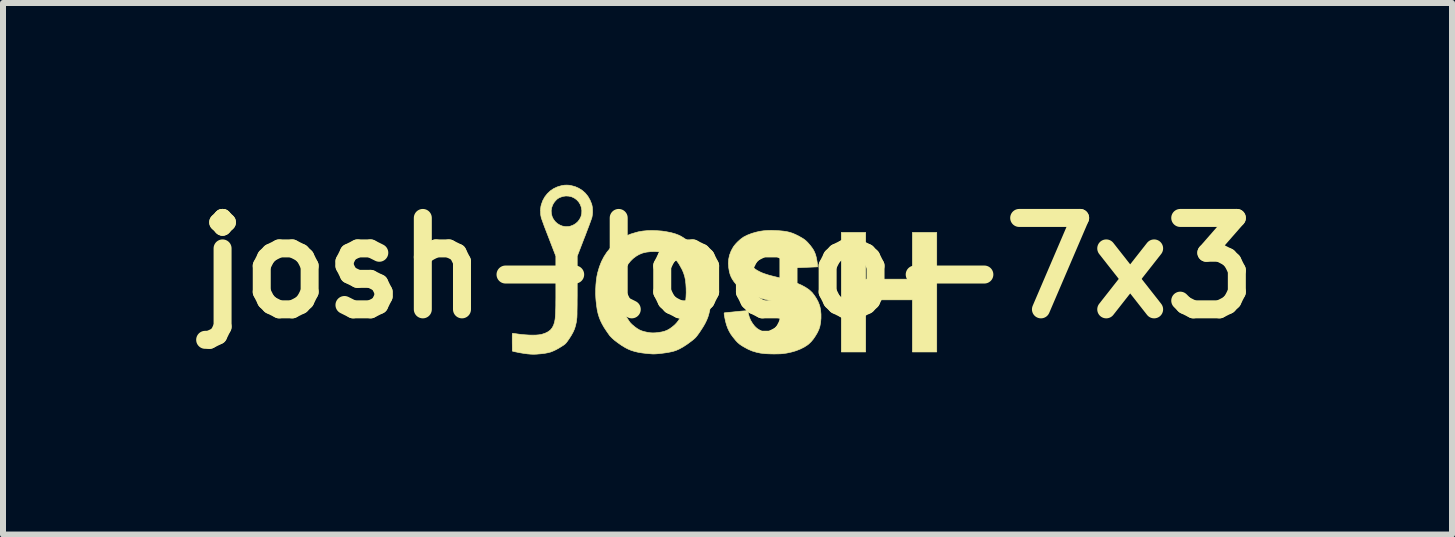
<source format=kicad_pcb>
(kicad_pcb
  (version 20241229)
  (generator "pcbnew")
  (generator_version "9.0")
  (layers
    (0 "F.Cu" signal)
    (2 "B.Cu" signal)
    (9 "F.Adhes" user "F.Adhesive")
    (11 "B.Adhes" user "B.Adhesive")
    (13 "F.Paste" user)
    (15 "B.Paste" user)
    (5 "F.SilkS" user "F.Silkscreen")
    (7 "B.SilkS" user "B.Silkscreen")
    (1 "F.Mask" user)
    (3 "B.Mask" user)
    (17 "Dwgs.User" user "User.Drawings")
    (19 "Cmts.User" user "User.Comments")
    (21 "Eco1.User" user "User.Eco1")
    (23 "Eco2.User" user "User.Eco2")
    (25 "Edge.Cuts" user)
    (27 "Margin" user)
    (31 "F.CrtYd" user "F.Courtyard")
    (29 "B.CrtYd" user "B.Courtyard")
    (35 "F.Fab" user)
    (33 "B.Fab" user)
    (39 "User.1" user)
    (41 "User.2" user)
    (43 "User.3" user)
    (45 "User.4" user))
  (footprint "josh-logo-7x3"
    (layer "F.Cu")
    (at 9.079 1.418)
    (property "Reference" "josh-logo-7x3" (at 0 0 0) (layer "F.SilkS") (effects (font (size 1.524 1.524) (thickness 0.3))))
    (attr through_hole)
    (fp_poly (pts (xy 2.303 0.186) (xy 3.082 0.186) (xy 3.082 -0.593) (xy 3.488 -0.593) (xy 3.488 1.4) (xy 3.082 1.4) (xy 3.082 0.531) (xy 2.303 0.531) (xy 2.303 1.4) (xy 1.897 1.4) (xy 1.897 -0.593) (xy 2.303 -0.593) (xy 2.303 0.186)) (stroke (width 0.01) (type solid)) (fill yes) (layer "F.SilkS"))
    (fp_poly (pts (xy -2.641 -1.38) (xy -2.611 -1.375) (xy -2.542 -1.357) (xy -2.479 -1.329) (xy -2.422 -1.293) (xy -2.371 -1.248) (xy -2.328 -1.195) (xy -2.293 -1.134) (xy -2.266 -1.068) (xy -2.261 -1.05) (xy -2.254 -1.015) (xy -2.251 -0.973) (xy -2.25 -0.928) (xy -2.254 -0.885) (xy -2.26 -0.847) (xy -2.26 -0.847) (xy -2.264 -0.834) (xy -2.272 -0.811) (xy -2.283 -0.78) (xy -2.297 -0.742) (xy -2.313 -0.698) (xy -2.332 -0.649) (xy -2.352 -0.596) (xy -2.373 -0.54) (xy -2.389 -0.5) (xy -2.506 -0.197) (xy -2.506 0.287) (xy -2.506 0.378) (xy -2.506 0.462) (xy -2.507 0.539) (xy -2.507 0.609) (xy -2.508 0.671) (xy -2.509 0.724) (xy -2.509 0.767) (xy -2.51 0.801) (xy -2.511 0.825) (xy -2.512 0.833) (xy -2.52 0.898) (xy -2.533 0.956) (xy -2.549 1.011) (xy -2.572 1.064) (xy -2.602 1.119) (xy -2.639 1.177) (xy -2.652 1.196) (xy -2.671 1.223) (xy -2.686 1.243) (xy -2.699 1.258) (xy -2.713 1.271) (xy -2.729 1.283) (xy -2.75 1.297) (xy -2.752 1.298) (xy -2.808 1.333) (xy -2.858 1.361) (xy -2.905 1.383) (xy -2.95 1.401) (xy -2.998 1.413) (xy -3.05 1.423) (xy -3.108 1.43) (xy -3.147 1.433) (xy -3.179 1.436) (xy -3.203 1.437) (xy -3.223 1.438) (xy -3.242 1.438) (xy -3.262 1.437) (xy -3.287 1.436) (xy -3.319 1.433) (xy -3.325 1.433) (xy -3.355 1.429) (xy -3.393 1.424) (xy -3.435 1.417) (xy -3.478 1.41) (xy -3.519 1.401) (xy -3.554 1.394) (xy -3.57 1.39) (xy -3.587 1.385) (xy -3.589 1.237) (xy -3.589 1.191) (xy -3.589 1.154) (xy -3.589 1.127) (xy -3.588 1.108) (xy -3.586 1.096) (xy -3.585 1.091) (xy -3.583 1.089) (xy -3.575 1.09) (xy -3.558 1.092) (xy -3.535 1.095) (xy -3.507 1.099) (xy -3.5 1.1) (xy -3.434 1.109) (xy -3.369 1.114) (xy -3.306 1.118) (xy -3.247 1.119) (xy -3.192 1.118) (xy -3.145 1.114) (xy -3.107 1.108) (xy -3.098 1.106) (xy -3.04 1.087) (xy -2.992 1.063) (xy -2.952 1.033) (xy -2.922 0.996) (xy -2.899 0.951) (xy -2.883 0.9) (xy -2.88 0.882) (xy -2.876 0.862) (xy -2.873 0.84) (xy -2.871 0.816) (xy -2.869 0.787) (xy -2.867 0.755) (xy -2.866 0.717) (xy -2.864 0.673) (xy -2.863 0.623) (xy -2.863 0.565) (xy -2.862 0.499) (xy -2.862 0.424) (xy -2.862 0.339) (xy -2.862 0.256) (xy -2.862 -0.197) (xy -2.978 -0.498) (xy -3 -0.555) (xy -3.021 -0.609) (xy -3.041 -0.661) (xy -3.059 -0.708) (xy -3.074 -0.75) (xy -3.087 -0.786) (xy -3.097 -0.814) (xy -3.104 -0.834) (xy -3.106 -0.841) (xy -3.114 -0.882) (xy -3.117 -0.929) (xy -3.117 -0.956) (xy -2.94 -0.956) (xy -2.937 -0.907) (xy -2.925 -0.859) (xy -2.904 -0.815) (xy -2.875 -0.776) (xy -2.839 -0.742) (xy -2.795 -0.716) (xy -2.753 -0.699) (xy -2.701 -0.69) (xy -2.648 -0.692) (xy -2.625 -0.696) (xy -2.576 -0.714) (xy -2.532 -0.74) (xy -2.495 -0.773) (xy -2.465 -0.813) (xy -2.443 -0.858) (xy -2.431 -0.906) (xy -2.429 -0.957) (xy -2.429 -0.959) (xy -2.438 -1.013) (xy -2.456 -1.061) (xy -2.482 -1.103) (xy -2.515 -1.138) (xy -2.554 -1.166) (xy -2.598 -1.187) (xy -2.645 -1.198) (xy -2.694 -1.201) (xy -2.745 -1.194) (xy -2.796 -1.176) (xy -2.805 -1.172) (xy -2.836 -1.153) (xy -2.866 -1.124) (xy -2.893 -1.091) (xy -2.914 -1.055) (xy -2.932 -1.006) (xy -2.94 -0.956) (xy -3.117 -0.956) (xy -3.117 -0.977) (xy -3.112 -1.023) (xy -3.105 -1.054) (xy -3.081 -1.122) (xy -3.047 -1.184) (xy -3.005 -1.238) (xy -2.956 -1.285) (xy -2.9 -1.323) (xy -2.838 -1.352) (xy -2.771 -1.372) (xy -2.757 -1.375) (xy -2.716 -1.381) (xy -2.679 -1.382) (xy -2.641 -1.38)) (stroke (width 0.01) (type solid)) (fill yes) (layer "F.SilkS"))
    (fp_poly (pts (xy -1.174 -0.622) (xy -1.093 -0.616) (xy -1.015 -0.604) (xy -0.94 -0.589) (xy -0.872 -0.57) (xy -0.812 -0.547) (xy -0.793 -0.538) (xy -0.764 -0.522) (xy -0.729 -0.5) (xy -0.69 -0.474) (xy -0.649 -0.445) (xy -0.609 -0.415) (xy -0.595 -0.405) (xy -0.567 -0.383) (xy -0.546 -0.363) (xy -0.527 -0.344) (xy -0.509 -0.321) (xy -0.487 -0.292) (xy -0.486 -0.291) (xy -0.433 -0.214) (xy -0.389 -0.142) (xy -0.355 -0.076) (xy -0.329 -0.015) (xy -0.325 -0.003) (xy -0.308 0.058) (xy -0.294 0.128) (xy -0.282 0.204) (xy -0.275 0.284) (xy -0.27 0.366) (xy -0.27 0.448) (xy -0.274 0.526) (xy -0.276 0.556) (xy -0.285 0.633) (xy -0.296 0.7) (xy -0.31 0.761) (xy -0.327 0.818) (xy -0.349 0.872) (xy -0.376 0.927) (xy -0.409 0.984) (xy -0.439 1.03) (xy -0.465 1.07) (xy -0.488 1.102) (xy -0.507 1.128) (xy -0.525 1.15) (xy -0.543 1.169) (xy -0.563 1.187) (xy -0.586 1.206) (xy -0.599 1.216) (xy -0.672 1.27) (xy -0.739 1.314) (xy -0.802 1.349) (xy -0.861 1.375) (xy -0.902 1.388) (xy -0.939 1.397) (xy -0.984 1.406) (xy -1.034 1.414) (xy -1.086 1.421) (xy -1.137 1.427) (xy -1.184 1.431) (xy -1.225 1.433) (xy -1.245 1.433) (xy -1.261 1.432) (xy -1.286 1.43) (xy -1.315 1.428) (xy -1.346 1.425) (xy -1.348 1.425) (xy -1.423 1.416) (xy -1.49 1.405) (xy -1.549 1.391) (xy -1.604 1.374) (xy -1.655 1.353) (xy -1.706 1.327) (xy -1.758 1.295) (xy -1.767 1.29) (xy -1.828 1.247) (xy -1.881 1.207) (xy -1.924 1.169) (xy -1.958 1.134) (xy -1.97 1.119) (xy -2.017 1.052) (xy -2.058 0.99) (xy -2.091 0.932) (xy -2.119 0.875) (xy -2.141 0.818) (xy -2.159 0.758) (xy -2.173 0.695) (xy -2.183 0.625) (xy -2.192 0.547) (xy -2.196 0.495) (xy -2.199 0.425) (xy -2.198 0.392) (xy -1.779 0.392) (xy -1.778 0.467) (xy -1.774 0.534) (xy -1.767 0.593) (xy -1.756 0.646) (xy -1.741 0.697) (xy -1.722 0.746) (xy -1.697 0.795) (xy -1.667 0.847) (xy -1.666 0.847) (xy -1.642 0.884) (xy -1.621 0.913) (xy -1.599 0.935) (xy -1.59 0.944) (xy -1.547 0.98) (xy -1.507 1.009) (xy -1.468 1.032) (xy -1.428 1.049) (xy -1.383 1.062) (xy -1.333 1.073) (xy -1.284 1.08) (xy -1.248 1.082) (xy -1.207 1.081) (xy -1.159 1.076) (xy -1.151 1.075) (xy -1.096 1.066) (xy -1.049 1.054) (xy -1.006 1.037) (xy -0.965 1.014) (xy -0.923 0.984) (xy -0.878 0.946) (xy -0.877 0.945) (xy -0.847 0.913) (xy -0.816 0.873) (xy -0.787 0.826) (xy -0.76 0.775) (xy -0.737 0.722) (xy -0.719 0.671) (xy -0.714 0.654) (xy -0.704 0.604) (xy -0.697 0.545) (xy -0.692 0.48) (xy -0.689 0.411) (xy -0.69 0.341) (xy -0.694 0.272) (xy -0.695 0.262) (xy -0.702 0.199) (xy -0.714 0.142) (xy -0.731 0.088) (xy -0.753 0.034) (xy -0.784 -0.023) (xy -0.797 -0.046) (xy -0.814 -0.075) (xy -0.829 -0.096) (xy -0.842 -0.114) (xy -0.858 -0.129) (xy -0.877 -0.146) (xy -0.891 -0.159) (xy -0.94 -0.195) (xy -0.989 -0.224) (xy -1.037 -0.246) (xy -1.069 -0.257) (xy -1.136 -0.269) (xy -1.207 -0.275) (xy -1.28 -0.273) (xy -1.35 -0.265) (xy -1.415 -0.25) (xy -1.422 -0.247) (xy -1.474 -0.226) (xy -1.525 -0.196) (xy -1.574 -0.159) (xy -1.617 -0.117) (xy -1.652 -0.073) (xy -1.659 -0.063) (xy -1.692 -0.008) (xy -1.718 0.044) (xy -1.739 0.095) (xy -1.755 0.147) (xy -1.766 0.202) (xy -1.774 0.261) (xy -1.778 0.328) (xy -1.779 0.392) (xy -2.198 0.392) (xy -2.198 0.351) (xy -2.194 0.276) (xy -2.187 0.203) (xy -2.177 0.135) (xy -2.164 0.076) (xy -2.136 -0.019) (xy -2.102 -0.106) (xy -2.061 -0.186) (xy -2.013 -0.26) (xy -1.957 -0.329) (xy -1.92 -0.369) (xy -1.853 -0.431) (xy -1.78 -0.484) (xy -1.702 -0.529) (xy -1.617 -0.565) (xy -1.525 -0.593) (xy -1.482 -0.604) (xy -1.411 -0.616) (xy -1.335 -0.623) (xy -1.255 -0.625) (xy -1.174 -0.622)) (stroke (width 0.01) (type solid)) (fill yes) (layer "F.SilkS"))
    (fp_poly (pts (xy 0.809 -0.624) (xy 0.865 -0.621) (xy 0.929 -0.615) (xy 0.984 -0.607) (xy 1.036 -0.595) (xy 1.085 -0.579) (xy 1.134 -0.558) (xy 1.187 -0.532) (xy 1.246 -0.498) (xy 1.247 -0.498) (xy 1.277 -0.478) (xy 1.303 -0.458) (xy 1.328 -0.434) (xy 1.343 -0.418) (xy 1.381 -0.374) (xy 1.411 -0.334) (xy 1.435 -0.297) (xy 1.453 -0.26) (xy 1.468 -0.221) (xy 1.473 -0.202) (xy 1.479 -0.179) (xy 1.485 -0.149) (xy 1.491 -0.117) (xy 1.496 -0.085) (xy 1.5 -0.057) (xy 1.501 -0.036) (xy 1.501 -0.033) (xy 1.501 -0.019) (xy 1.305 -0.011) (xy 1.259 -0.009) (xy 1.217 -0.007) (xy 1.179 -0.006) (xy 1.148 -0.005) (xy 1.124 -0.004) (xy 1.109 -0.003) (xy 1.104 -0.003) (xy 1.1 -0.008) (xy 1.095 -0.022) (xy 1.089 -0.041) (xy 1.086 -0.051) (xy 1.077 -0.084) (xy 1.069 -0.11) (xy 1.059 -0.131) (xy 1.046 -0.152) (xy 1.031 -0.173) (xy 1.007 -0.202) (xy 0.981 -0.225) (xy 0.95 -0.244) (xy 0.918 -0.259) (xy 0.884 -0.271) (xy 0.85 -0.28) (xy 0.812 -0.285) (xy 0.769 -0.287) (xy 0.717 -0.287) (xy 0.708 -0.286) (xy 0.664 -0.284) (xy 0.627 -0.28) (xy 0.596 -0.275) (xy 0.566 -0.266) (xy 0.536 -0.255) (xy 0.511 -0.243) (xy 0.469 -0.219) (xy 0.437 -0.192) (xy 0.415 -0.161) (xy 0.404 -0.126) (xy 0.403 -0.087) (xy 0.406 -0.065) (xy 0.417 -0.033) (xy 0.436 -0.005) (xy 0.463 0.02) (xy 0.491 0.038) (xy 0.52 0.054) (xy 0.548 0.068) (xy 0.577 0.081) (xy 0.609 0.093) (xy 0.645 0.105) (xy 0.686 0.118) (xy 0.734 0.131) (xy 0.79 0.145) (xy 0.856 0.161) (xy 0.866 0.164) (xy 0.974 0.192) (xy 1.071 0.222) (xy 1.157 0.253) (xy 1.233 0.286) (xy 1.298 0.321) (xy 1.354 0.358) (xy 1.373 0.374) (xy 1.411 0.41) (xy 1.447 0.456) (xy 1.48 0.506) (xy 1.509 0.56) (xy 1.531 0.614) (xy 1.541 0.647) (xy 1.552 0.706) (xy 1.558 0.771) (xy 1.558 0.838) (xy 1.552 0.905) (xy 1.541 0.966) (xy 1.541 0.968) (xy 1.524 1.021) (xy 1.499 1.076) (xy 1.467 1.13) (xy 1.432 1.182) (xy 1.393 1.229) (xy 1.352 1.268) (xy 1.333 1.283) (xy 1.277 1.319) (xy 1.213 1.351) (xy 1.142 1.379) (xy 1.066 1.401) (xy 0.988 1.418) (xy 0.918 1.428) (xy 0.877 1.431) (xy 0.829 1.432) (xy 0.776 1.433) (xy 0.722 1.432) (xy 0.669 1.43) (xy 0.628 1.428) (xy 0.55 1.419) (xy 0.48 1.404) (xy 0.413 1.384) (xy 0.347 1.356) (xy 0.322 1.343) (xy 0.273 1.316) (xy 0.233 1.292) (xy 0.199 1.268) (xy 0.17 1.243) (xy 0.144 1.216) (xy 0.137 1.208) (xy 0.093 1.154) (xy 0.056 1.104) (xy 0.027 1.054) (xy 0.003 1.003) (xy -0.017 0.948) (xy -0.034 0.886) (xy -0.047 0.822) (xy -0.053 0.789) (xy -0.056 0.766) (xy -0.056 0.753) (xy -0.054 0.748) (xy -0.047 0.747) (xy -0.031 0.745) (xy -0.006 0.742) (xy 0.025 0.739) (xy 0.06 0.736) (xy 0.099 0.732) (xy 0.139 0.728) (xy 0.18 0.724) (xy 0.218 0.72) (xy 0.253 0.717) (xy 0.283 0.715) (xy 0.306 0.713) (xy 0.321 0.711) (xy 0.325 0.711) (xy 0.332 0.713) (xy 0.337 0.72) (xy 0.341 0.735) (xy 0.344 0.746) (xy 0.361 0.812) (xy 0.384 0.87) (xy 0.416 0.923) (xy 0.447 0.964) (xy 0.469 0.987) (xy 0.493 1.008) (xy 0.522 1.027) (xy 0.559 1.047) (xy 0.565 1.05) (xy 0.591 1.062) (xy 0.618 1.072) (xy 0.646 1.078) (xy 0.678 1.083) (xy 0.716 1.085) (xy 0.762 1.086) (xy 0.776 1.086) (xy 0.822 1.086) (xy 0.86 1.084) (xy 0.891 1.081) (xy 0.918 1.075) (xy 0.943 1.067) (xy 0.969 1.056) (xy 0.99 1.047) (xy 1.024 1.028) (xy 1.051 1.012) (xy 1.072 0.995) (xy 1.091 0.976) (xy 1.101 0.964) (xy 1.122 0.934) (xy 1.136 0.905) (xy 1.145 0.873) (xy 1.148 0.834) (xy 1.149 0.816) (xy 1.148 0.789) (xy 1.147 0.77) (xy 1.144 0.756) (xy 1.139 0.743) (xy 1.132 0.73) (xy 1.11 0.699) (xy 1.077 0.671) (xy 1.036 0.645) (xy 1.022 0.637) (xy 0.999 0.628) (xy 0.968 0.617) (xy 0.926 0.604) (xy 0.875 0.589) (xy 0.814 0.572) (xy 0.743 0.553) (xy 0.672 0.534) (xy 0.606 0.517) (xy 0.55 0.502) (xy 0.502 0.487) (xy 0.459 0.473) (xy 0.421 0.459) (xy 0.386 0.444) (xy 0.352 0.427) (xy 0.317 0.407) (xy 0.281 0.385) (xy 0.262 0.374) (xy 0.232 0.355) (xy 0.209 0.338) (xy 0.189 0.322) (xy 0.17 0.303) (xy 0.149 0.279) (xy 0.148 0.277) (xy 0.111 0.232) (xy 0.082 0.19) (xy 0.06 0.149) (xy 0.043 0.106) (xy 0.03 0.058) (xy 0.021 0.003) (xy 0.02 -0.004) (xy 0.014 -0.077) (xy 0.019 -0.146) (xy 0.033 -0.213) (xy 0.058 -0.279) (xy 0.068 -0.299) (xy 0.084 -0.329) (xy 0.1 -0.356) (xy 0.119 -0.381) (xy 0.142 -0.408) (xy 0.168 -0.435) (xy 0.216 -0.479) (xy 0.269 -0.517) (xy 0.33 -0.548) (xy 0.4 -0.575) (xy 0.412 -0.579) (xy 0.475 -0.597) (xy 0.536 -0.611) (xy 0.598 -0.62) (xy 0.663 -0.625) (xy 0.733 -0.627) (xy 0.809 -0.624)) (stroke (width 0.01) (type solid)) (fill yes) (layer "F.SilkS")))
  (gr_rect
    (start -3 -3)
    (end 21.157 5.861)
    (stroke (width 0.1) (type default))
    (fill no)
    (layer "Edge.Cuts")))
</source>
